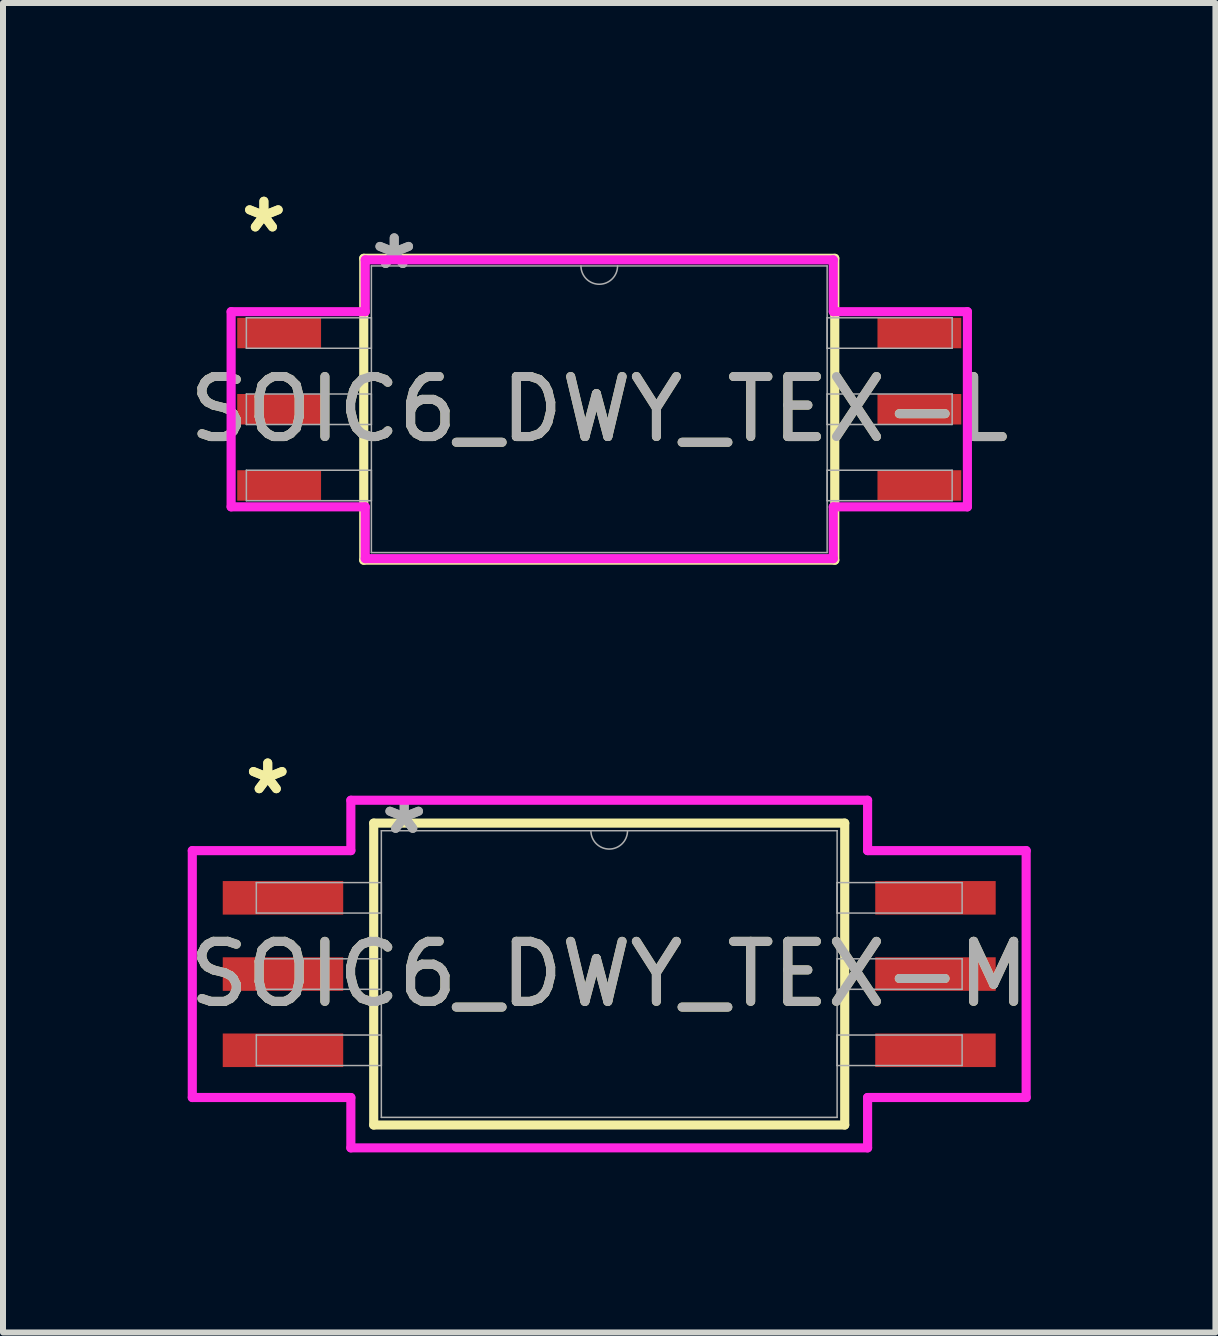
<source format=kicad_pcb>
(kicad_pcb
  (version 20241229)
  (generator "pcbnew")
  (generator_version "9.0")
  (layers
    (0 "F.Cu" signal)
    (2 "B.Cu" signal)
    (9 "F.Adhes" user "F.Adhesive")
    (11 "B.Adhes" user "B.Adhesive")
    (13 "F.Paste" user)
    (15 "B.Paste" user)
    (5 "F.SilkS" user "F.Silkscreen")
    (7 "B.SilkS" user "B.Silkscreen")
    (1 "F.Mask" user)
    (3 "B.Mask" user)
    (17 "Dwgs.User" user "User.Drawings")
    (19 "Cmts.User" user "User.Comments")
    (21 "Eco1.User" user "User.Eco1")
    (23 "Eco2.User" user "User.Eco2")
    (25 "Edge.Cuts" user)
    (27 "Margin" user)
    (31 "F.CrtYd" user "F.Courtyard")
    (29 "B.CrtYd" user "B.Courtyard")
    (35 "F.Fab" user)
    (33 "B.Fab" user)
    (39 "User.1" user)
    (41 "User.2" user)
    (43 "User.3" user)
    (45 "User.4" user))
  (footprint "SOIC6_DWY_TEX-L"
    (layer "F.Cu")
    (at 6.935 3.769)
    (property "Reference" "SOIC6_DWY_TEX-L" (at 0 0 0) (unlocked yes) (layer "F.SilkS") (effects (font (size 1 1) (thickness 0.15))))
    (attr smd)
    (fp_line (start -3.924 -2.515) (end -3.924 2.515) (stroke (width 0.152) (type solid)) (layer "F.SilkS"))
    (fp_line (start -3.924 2.515) (end 3.924 2.515) (stroke (width 0.152) (type solid)) (layer "F.SilkS"))
    (fp_line (start 3.924 -2.515) (end -3.924 -2.515) (stroke (width 0.152) (type solid)) (layer "F.SilkS"))
    (fp_line (start 3.924 2.515) (end 3.924 -2.515) (stroke (width 0.152) (type solid)) (layer "F.SilkS"))
    (fp_line (start -6.134 -1.626) (end -3.899 -1.626) (stroke (width 0.152) (type solid)) (layer "F.CrtYd"))
    (fp_line (start -6.134 1.626) (end -6.134 -1.626) (stroke (width 0.152) (type solid)) (layer "F.CrtYd"))
    (fp_line (start -6.134 1.626) (end -3.899 1.626) (stroke (width 0.152) (type solid)) (layer "F.CrtYd"))
    (fp_line (start -3.899 -2.489) (end 3.899 -2.489) (stroke (width 0.152) (type solid)) (layer "F.CrtYd"))
    (fp_line (start -3.899 -1.626) (end -3.899 -2.489) (stroke (width 0.152) (type solid)) (layer "F.CrtYd"))
    (fp_line (start -3.899 2.489) (end -3.899 1.626) (stroke (width 0.152) (type solid)) (layer "F.CrtYd"))
    (fp_line (start 3.899 -2.489) (end 3.899 -1.626) (stroke (width 0.152) (type solid)) (layer "F.CrtYd"))
    (fp_line (start 3.899 1.626) (end 3.899 2.489) (stroke (width 0.152) (type solid)) (layer "F.CrtYd"))
    (fp_line (start 3.899 2.489) (end -3.899 2.489) (stroke (width 0.152) (type solid)) (layer "F.CrtYd"))
    (fp_line (start 6.134 -1.626) (end 3.899 -1.626) (stroke (width 0.152) (type solid)) (layer "F.CrtYd"))
    (fp_line (start 6.134 -1.626) (end 6.134 1.626) (stroke (width 0.152) (type solid)) (layer "F.CrtYd"))
    (fp_line (start 6.134 1.626) (end 3.899 1.626) (stroke (width 0.152) (type solid)) (layer "F.CrtYd"))
    (fp_line (start -5.88 -1.524) (end -5.88 -1.016) (stroke (width 0.025) (type solid)) (layer "F.Fab"))
    (fp_line (start -5.88 -1.016) (end -3.797 -1.016) (stroke (width 0.025) (type solid)) (layer "F.Fab"))
    (fp_line (start -5.88 -0.254) (end -5.88 0.254) (stroke (width 0.025) (type solid)) (layer "F.Fab"))
    (fp_line (start -5.88 0.254) (end -3.797 0.254) (stroke (width 0.025) (type solid)) (layer "F.Fab"))
    (fp_line (start -5.88 1.016) (end -5.88 1.524) (stroke (width 0.025) (type solid)) (layer "F.Fab"))
    (fp_line (start -5.88 1.524) (end -3.797 1.524) (stroke (width 0.025) (type solid)) (layer "F.Fab"))
    (fp_line (start -3.797 -2.388) (end -3.797 2.388) (stroke (width 0.025) (type solid)) (layer "F.Fab"))
    (fp_line (start -3.797 -1.524) (end -5.88 -1.524) (stroke (width 0.025) (type solid)) (layer "F.Fab"))
    (fp_line (start -3.797 -1.016) (end -3.797 -1.524) (stroke (width 0.025) (type solid)) (layer "F.Fab"))
    (fp_line (start -3.797 -0.254) (end -5.88 -0.254) (stroke (width 0.025) (type solid)) (layer "F.Fab"))
    (fp_line (start -3.797 0.254) (end -3.797 -0.254) (stroke (width 0.025) (type solid)) (layer "F.Fab"))
    (fp_line (start -3.797 1.016) (end -5.88 1.016) (stroke (width 0.025) (type solid)) (layer "F.Fab"))
    (fp_line (start -3.797 1.524) (end -3.797 1.016) (stroke (width 0.025) (type solid)) (layer "F.Fab"))
    (fp_line (start -3.797 2.388) (end 3.797 2.388) (stroke (width 0.025) (type solid)) (layer "F.Fab"))
    (fp_line (start 3.797 -2.388) (end -3.797 -2.388) (stroke (width 0.025) (type solid)) (layer "F.Fab"))
    (fp_line (start 3.797 -1.524) (end 3.797 -1.016) (stroke (width 0.025) (type solid)) (layer "F.Fab"))
    (fp_line (start 3.797 -1.016) (end 5.88 -1.016) (stroke (width 0.025) (type solid)) (layer "F.Fab"))
    (fp_line (start 3.797 -0.254) (end 3.797 0.254) (stroke (width 0.025) (type solid)) (layer "F.Fab"))
    (fp_line (start 3.797 0.254) (end 5.88 0.254) (stroke (width 0.025) (type solid)) (layer "F.Fab"))
    (fp_line (start 3.797 1.016) (end 3.797 1.524) (stroke (width 0.025) (type solid)) (layer "F.Fab"))
    (fp_line (start 3.797 1.524) (end 5.88 1.524) (stroke (width 0.025) (type solid)) (layer "F.Fab"))
    (fp_line (start 3.797 2.388) (end 3.797 -2.388) (stroke (width 0.025) (type solid)) (layer "F.Fab"))
    (fp_line (start 5.88 -1.524) (end 3.797 -1.524) (stroke (width 0.025) (type solid)) (layer "F.Fab"))
    (fp_line (start 5.88 -1.016) (end 5.88 -1.524) (stroke (width 0.025) (type solid)) (layer "F.Fab"))
    (fp_line (start 5.88 -0.254) (end 3.797 -0.254) (stroke (width 0.025) (type solid)) (layer "F.Fab"))
    (fp_line (start 5.88 0.254) (end 5.88 -0.254) (stroke (width 0.025) (type solid)) (layer "F.Fab"))
    (fp_line (start 5.88 1.016) (end 3.797 1.016) (stroke (width 0.025) (type solid)) (layer "F.Fab"))
    (fp_line (start 5.88 1.524) (end 5.88 1.016) (stroke (width 0.025) (type solid)) (layer "F.Fab"))
    (fp_arc (start 0.3048 -2.3876) (mid 0 -2.0828) (end -0.3048 -2.3876) (stroke (width 0.0254) (type solid)) (layer "F.Fab"))
    (fp_text user "*" (at -5.588 -2.921 0) (layer "F.SilkS") (effects (font (size 1 1) (thickness 0.15))))
    (fp_text user "*" (at -5.588 -2.921 0) (unlocked yes) (layer "F.SilkS") (effects (font (size 1 1) (thickness 0.15))))
    (fp_text user "*" (at -3.416 -2.311 0) (unlocked yes) (layer "F.Fab") (effects (font (size 1 1) (thickness 0.15))))
    (fp_text user "${REFERENCE}" (at 0 0 0) (unlocked yes) (layer "F.Fab") (effects (font (size 1 1) (thickness 0.15))))
    (fp_text user "*" (at -3.416 -2.311 0) (layer "F.Fab") (effects (font (size 1 1) (thickness 0.15))))
    (pad "1" smd rect (at -5.334 -1.27) (size 1.397 0.508) (layers "F.Cu" "F.Mask" "F.Paste"))
    (pad "2" smd rect (at -5.334 0) (size 1.397 0.508) (layers "F.Cu" "F.Mask" "F.Paste"))
    (pad "3" smd rect (at -5.334 1.27) (size 1.397 0.508) (layers "F.Cu" "F.Mask" "F.Paste"))
    (pad "4" smd rect (at 5.334 1.27) (size 1.397 0.508) (layers "F.Cu" "F.Mask" "F.Paste"))
    (pad "5" smd rect (at 5.334 0) (size 1.397 0.508) (layers "F.Cu" "F.Mask" "F.Paste"))
    (pad "6" smd rect (at 5.334 -1.27) (size 1.397 0.508) (layers "F.Cu" "F.Mask" "F.Paste")))
  (footprint "SOIC6_DWY_TEX-M"
    (layer "F.Cu")
    (at 7.101 13.18)
    (property "Reference" "SOIC6_DWY_TEX-M" (at 0 0 0) (unlocked yes) (layer "F.SilkS") (effects (font (size 1 1) (thickness 0.15))))
    (attr smd)
    (fp_line (start -3.924 -2.515) (end -3.924 2.515) (stroke (width 0.152) (type solid)) (layer "F.SilkS"))
    (fp_line (start -3.924 2.515) (end 3.924 2.515) (stroke (width 0.152) (type solid)) (layer "F.SilkS"))
    (fp_line (start 3.924 -2.515) (end -3.924 -2.515) (stroke (width 0.152) (type solid)) (layer "F.SilkS"))
    (fp_line (start 3.924 2.515) (end 3.924 -2.515) (stroke (width 0.152) (type solid)) (layer "F.SilkS"))
    (fp_line (start -6.947 -2.057) (end -4.305 -2.057) (stroke (width 0.152) (type solid)) (layer "F.CrtYd"))
    (fp_line (start -6.947 2.057) (end -6.947 -2.057) (stroke (width 0.152) (type solid)) (layer "F.CrtYd"))
    (fp_line (start -6.947 2.057) (end -4.305 2.057) (stroke (width 0.152) (type solid)) (layer "F.CrtYd"))
    (fp_line (start -4.305 -2.896) (end 4.305 -2.896) (stroke (width 0.152) (type solid)) (layer "F.CrtYd"))
    (fp_line (start -4.305 -2.057) (end -4.305 -2.896) (stroke (width 0.152) (type solid)) (layer "F.CrtYd"))
    (fp_line (start -4.305 2.896) (end -4.305 2.057) (stroke (width 0.152) (type solid)) (layer "F.CrtYd"))
    (fp_line (start 4.305 -2.896) (end 4.305 -2.057) (stroke (width 0.152) (type solid)) (layer "F.CrtYd"))
    (fp_line (start 4.305 2.057) (end 4.305 2.896) (stroke (width 0.152) (type solid)) (layer "F.CrtYd"))
    (fp_line (start 4.305 2.896) (end -4.305 2.896) (stroke (width 0.152) (type solid)) (layer "F.CrtYd"))
    (fp_line (start 6.947 -2.057) (end 4.305 -2.057) (stroke (width 0.152) (type solid)) (layer "F.CrtYd"))
    (fp_line (start 6.947 -2.057) (end 6.947 2.057) (stroke (width 0.152) (type solid)) (layer "F.CrtYd"))
    (fp_line (start 6.947 2.057) (end 4.305 2.057) (stroke (width 0.152) (type solid)) (layer "F.CrtYd"))
    (fp_line (start -5.88 -1.524) (end -5.88 -1.016) (stroke (width 0.025) (type solid)) (layer "F.Fab"))
    (fp_line (start -5.88 -1.016) (end -3.797 -1.016) (stroke (width 0.025) (type solid)) (layer "F.Fab"))
    (fp_line (start -5.88 -0.254) (end -5.88 0.254) (stroke (width 0.025) (type solid)) (layer "F.Fab"))
    (fp_line (start -5.88 0.254) (end -3.797 0.254) (stroke (width 0.025) (type solid)) (layer "F.Fab"))
    (fp_line (start -5.88 1.016) (end -5.88 1.524) (stroke (width 0.025) (type solid)) (layer "F.Fab"))
    (fp_line (start -5.88 1.524) (end -3.797 1.524) (stroke (width 0.025) (type solid)) (layer "F.Fab"))
    (fp_line (start -3.797 -2.388) (end -3.797 2.388) (stroke (width 0.025) (type solid)) (layer "F.Fab"))
    (fp_line (start -3.797 -1.524) (end -5.88 -1.524) (stroke (width 0.025) (type solid)) (layer "F.Fab"))
    (fp_line (start -3.797 -1.016) (end -3.797 -1.524) (stroke (width 0.025) (type solid)) (layer "F.Fab"))
    (fp_line (start -3.797 -0.254) (end -5.88 -0.254) (stroke (width 0.025) (type solid)) (layer "F.Fab"))
    (fp_line (start -3.797 0.254) (end -3.797 -0.254) (stroke (width 0.025) (type solid)) (layer "F.Fab"))
    (fp_line (start -3.797 1.016) (end -5.88 1.016) (stroke (width 0.025) (type solid)) (layer "F.Fab"))
    (fp_line (start -3.797 1.524) (end -3.797 1.016) (stroke (width 0.025) (type solid)) (layer "F.Fab"))
    (fp_line (start -3.797 2.388) (end 3.797 2.388) (stroke (width 0.025) (type solid)) (layer "F.Fab"))
    (fp_line (start 3.797 -2.388) (end -3.797 -2.388) (stroke (width 0.025) (type solid)) (layer "F.Fab"))
    (fp_line (start 3.797 -1.524) (end 3.797 -1.016) (stroke (width 0.025) (type solid)) (layer "F.Fab"))
    (fp_line (start 3.797 -1.016) (end 5.88 -1.016) (stroke (width 0.025) (type solid)) (layer "F.Fab"))
    (fp_line (start 3.797 -0.254) (end 3.797 0.254) (stroke (width 0.025) (type solid)) (layer "F.Fab"))
    (fp_line (start 3.797 0.254) (end 5.88 0.254) (stroke (width 0.025) (type solid)) (layer "F.Fab"))
    (fp_line (start 3.797 1.016) (end 3.797 1.524) (stroke (width 0.025) (type solid)) (layer "F.Fab"))
    (fp_line (start 3.797 1.524) (end 5.88 1.524) (stroke (width 0.025) (type solid)) (layer "F.Fab"))
    (fp_line (start 3.797 2.388) (end 3.797 -2.388) (stroke (width 0.025) (type solid)) (layer "F.Fab"))
    (fp_line (start 5.88 -1.524) (end 3.797 -1.524) (stroke (width 0.025) (type solid)) (layer "F.Fab"))
    (fp_line (start 5.88 -1.016) (end 5.88 -1.524) (stroke (width 0.025) (type solid)) (layer "F.Fab"))
    (fp_line (start 5.88 -0.254) (end 3.797 -0.254) (stroke (width 0.025) (type solid)) (layer "F.Fab"))
    (fp_line (start 5.88 0.254) (end 5.88 -0.254) (stroke (width 0.025) (type solid)) (layer "F.Fab"))
    (fp_line (start 5.88 1.016) (end 3.797 1.016) (stroke (width 0.025) (type solid)) (layer "F.Fab"))
    (fp_line (start 5.88 1.524) (end 5.88 1.016) (stroke (width 0.025) (type solid)) (layer "F.Fab"))
    (fp_arc (start 0.3048 -2.3876) (mid 0 -2.0828) (end -0.3048 -2.3876) (stroke (width 0.0254) (type solid)) (layer "F.Fab"))
    (fp_text user "*" (at -5.69 -2.972 0) (unlocked yes) (layer "F.SilkS") (effects (font (size 1 1) (thickness 0.15))))
    (fp_text user "*" (at -5.69 -2.972 0) (layer "F.SilkS") (effects (font (size 1 1) (thickness 0.15))))
    (fp_text user "${REFERENCE}" (at 0 0 0) (unlocked yes) (layer "F.Fab") (effects (font (size 1 1) (thickness 0.15))))
    (fp_text user "*" (at -3.416 -2.311 0) (unlocked yes) (layer "F.Fab") (effects (font (size 1 1) (thickness 0.15))))
    (fp_text user "*" (at -3.416 -2.311 0) (layer "F.Fab") (effects (font (size 1 1) (thickness 0.15))))
    (pad "1" smd rect (at -5.436 -1.27) (size 2.007 0.559) (layers "F.Cu" "F.Mask" "F.Paste"))
    (pad "2" smd rect (at -5.436 0) (size 2.007 0.559) (layers "F.Cu" "F.Mask" "F.Paste"))
    (pad "3" smd rect (at -5.436 1.27) (size 2.007 0.559) (layers "F.Cu" "F.Mask" "F.Paste"))
    (pad "4" smd rect (at 5.436 1.27) (size 2.007 0.559) (layers "F.Cu" "F.Mask" "F.Paste"))
    (pad "5" smd rect (at 5.436 0) (size 2.007 0.559) (layers "F.Cu" "F.Mask" "F.Paste"))
    (pad "6" smd rect (at 5.436 -1.27) (size 2.007 0.559) (layers "F.Cu" "F.Mask" "F.Paste")))
  (gr_rect
    (start -3 -3)
    (end 17.202 19.152)
    (stroke (width 0.1) (type default))
    (fill no)
    (layer "Edge.Cuts")))
</source>
